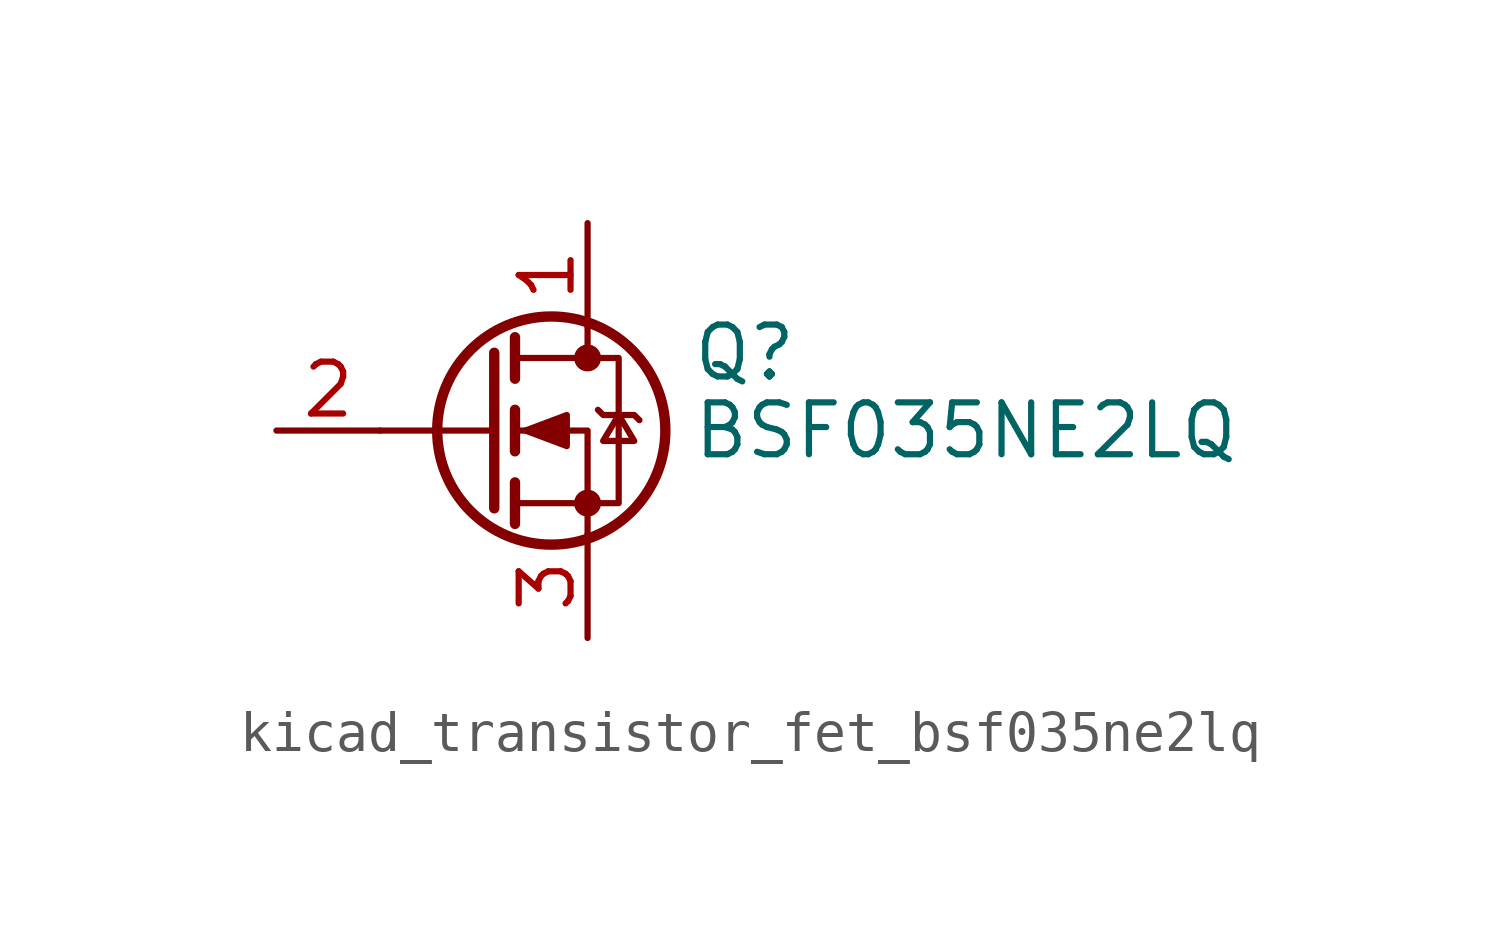
<source format=kicad_sym>
(kicad_symbol_lib
  (version 20220914)
  (generator kicad_symbol_editor)
  (symbol "kicad_transistor_fet_bsf035ne2lq"
    (pin_names hide)
    (property "Reference" "Q"
      (at 5.08 1.905 0)
      (effects (font (size 1.27 1.27)) (justify left)))
    (property "Value" "BSF035NE2LQ"
      (at 5.08 0 0)
      (effects (font (size 1.27 1.27)) (justify left)))
    (symbol "kicad_transistor_fet_bsf035ne2lq_0_1"
      (polyline (pts (xy 0.254 0) (xy -2.54 0)) (stroke (width 0) (type default)) (fill (type none)))
      (polyline (pts (xy 0.254 1.905) (xy 0.254 -1.905)) (stroke (width 0.254) (type default)) (fill (type none)))
      (polyline (pts (xy 0.762 -1.27) (xy 0.762 -2.286)) (stroke (width 0.254) (type default)) (fill (type none)))
      (polyline (pts (xy 0.762 0.508) (xy 0.762 -0.508)) (stroke (width 0.254) (type default)) (fill (type none)))
      (polyline (pts (xy 0.762 2.286) (xy 0.762 1.27)) (stroke (width 0.254) (type default)) (fill (type none)))
      (polyline (pts (xy 2.54 2.54) (xy 2.54 1.778)) (stroke (width 0) (type default)) (fill (type none)))
      (polyline (pts (xy 2.54 -2.54) (xy 2.54 0) (xy 0.762 0)) (stroke (width 0) (type default)) (fill (type none)))
      (polyline (pts (xy 0.762 -1.778) (xy 3.302 -1.778) (xy 3.302 1.778) (xy 0.762 1.778)) (stroke (width 0) (type default)) (fill (type none)))
      (polyline (pts (xy 1.016 0) (xy 2.032 0.381) (xy 2.032 -0.381) (xy 1.016 0)) (stroke (width 0) (type default)) (fill (type outline)))
      (polyline (pts (xy 2.794 0.508) (xy 2.921 0.381) (xy 3.683 0.381) (xy 3.81 0.254)) (stroke (width 0) (type default)) (fill (type none)))
      (polyline (pts (xy 3.302 0.381) (xy 2.921 -0.254) (xy 3.683 -0.254) (xy 3.302 0.381)) (stroke (width 0) (type default)) (fill (type none)))
      (circle (center 1.651 0) (radius 2.794) (stroke (width 0.254) (type default)) (fill (type none)))
      (circle (center 2.54 -1.778) (radius 0.254) (stroke (width 0) (type default)) (fill (type outline)))
      (circle (center 2.54 1.778) (radius 0.254) (stroke (width 0) (type default)) (fill (type outline))))
    (symbol "kicad_transistor_fet_bsf035ne2lq_1_1"
      (pin passive line (at 2.54 5.08 270) (length 2.54) (name "D" (effects (font (size 1.27 1.27)))) (number "1" (effects (font (size 1.27 1.27)))))
      (pin input line (at -5.08 0 0) (length 2.54) (name "G" (effects (font (size 1.27 1.27)))) (number "2" (effects (font (size 1.27 1.27)))))
      (pin passive line (at 2.54 -5.08 90) (length 2.54) (name "S" (effects (font (size 1.27 1.27)))) (number "3" (effects (font (size 1.27 1.27))))))))
</source>
